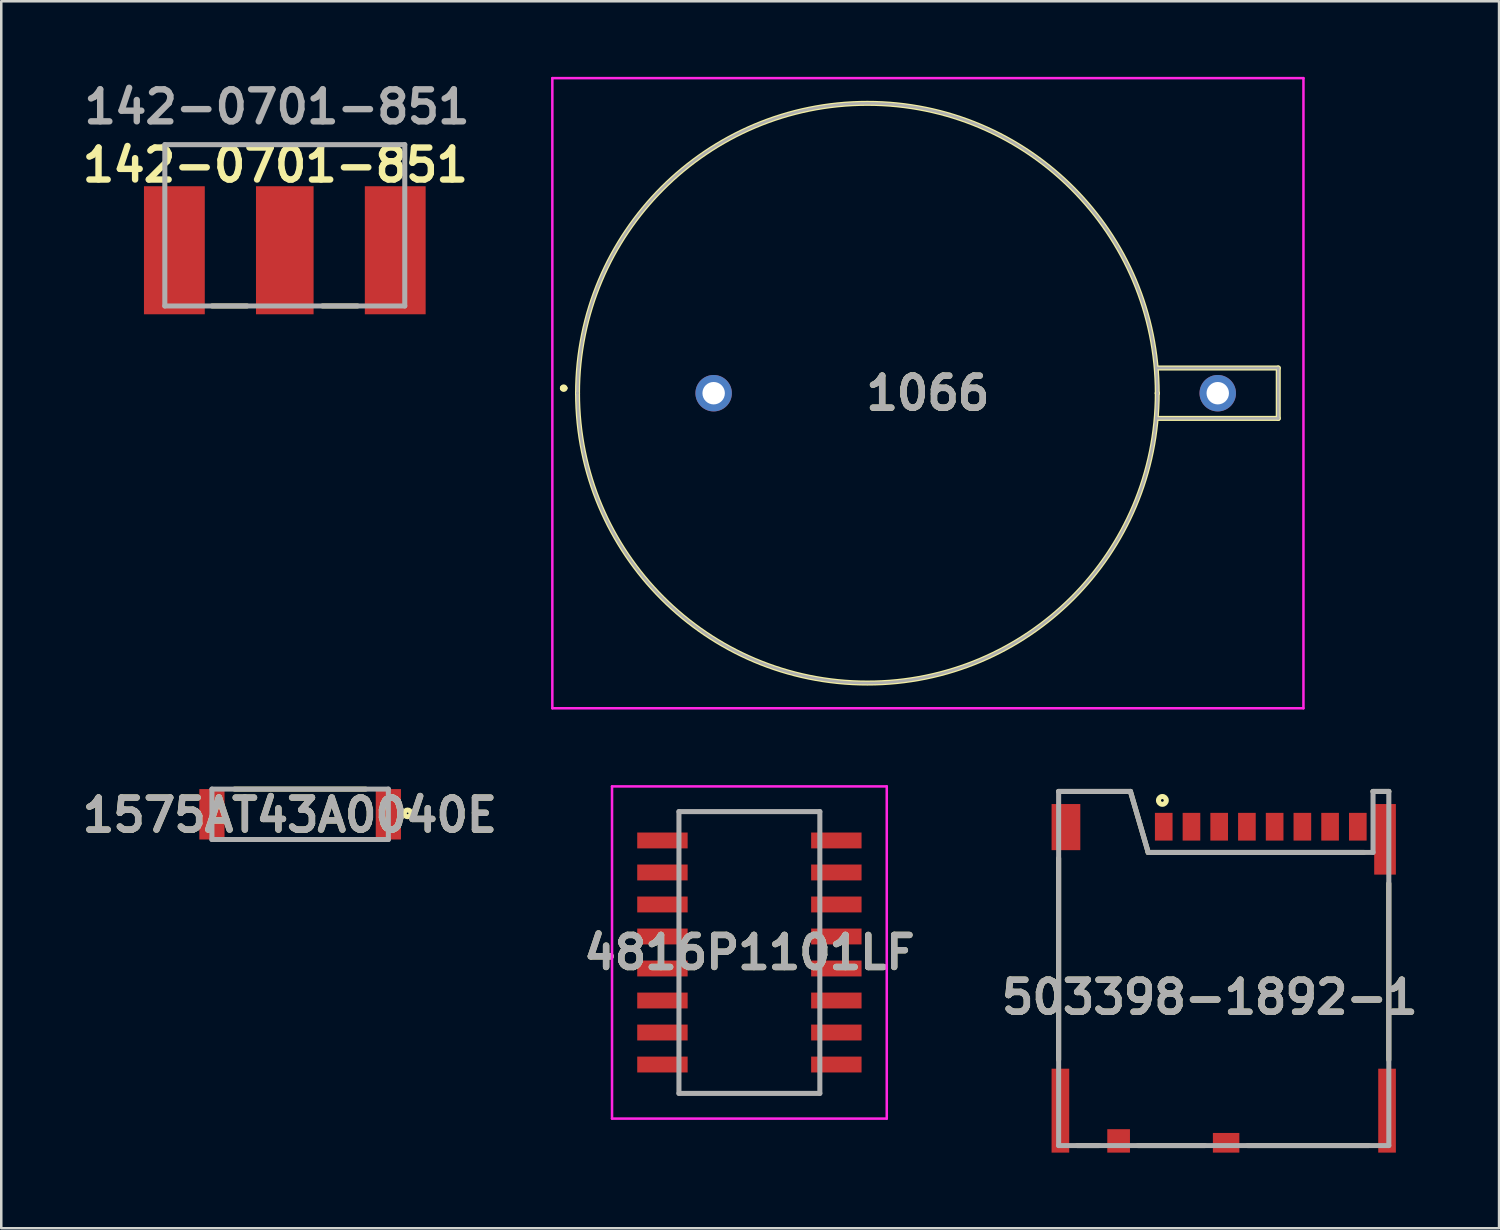
<source format=kicad_pcb>
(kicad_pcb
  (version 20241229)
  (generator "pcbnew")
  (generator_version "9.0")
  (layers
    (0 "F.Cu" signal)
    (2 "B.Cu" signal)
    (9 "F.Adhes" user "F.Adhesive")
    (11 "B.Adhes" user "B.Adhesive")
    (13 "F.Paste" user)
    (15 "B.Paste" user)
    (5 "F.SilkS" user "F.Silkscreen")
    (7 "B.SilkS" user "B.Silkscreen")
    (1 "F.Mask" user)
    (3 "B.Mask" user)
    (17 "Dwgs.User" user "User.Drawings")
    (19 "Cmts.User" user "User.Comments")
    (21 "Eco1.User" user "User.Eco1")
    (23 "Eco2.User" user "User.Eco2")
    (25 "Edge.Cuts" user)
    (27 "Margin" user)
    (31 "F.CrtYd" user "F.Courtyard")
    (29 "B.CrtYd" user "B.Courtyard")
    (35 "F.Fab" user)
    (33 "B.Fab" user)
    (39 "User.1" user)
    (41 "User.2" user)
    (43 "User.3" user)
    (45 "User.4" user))
  (footprint "1066"
    (layer "F.Cu")
    (at 25.264 12.55)
    (property "Reference" "1066" (at 8.5 0 0) (layer "F.SilkS") (effects (font (size 1.27 1.27) (thickness 0.254))))
    (attr through_hole)
    (fp_line (start -6 -0.2) (end -6 -0.2) (stroke (width 0.2) (type solid)) (layer "F.SilkS"))
    (fp_line (start -5.9 -0.2) (end -5.9 -0.2) (stroke (width 0.2) (type solid)) (layer "F.SilkS"))
    (fp_line (start -5.4 0) (end -5.4 0) (stroke (width 0.2) (type solid)) (layer "F.SilkS"))
    (fp_line (start 17.6 -1) (end 22.4 -1) (stroke (width 0.2) (type solid)) (layer "F.SilkS"))
    (fp_line (start 17.6 0) (end 17.6 0) (stroke (width 0.2) (type solid)) (layer "F.SilkS"))
    (fp_line (start 22.4 -1) (end 22.4 1) (stroke (width 0.2) (type solid)) (layer "F.SilkS"))
    (fp_line (start 22.4 1) (end 17.6 1) (stroke (width 0.2) (type solid)) (layer "F.SilkS"))
    (fp_arc (start -6 -0.2) (mid -5.95 -0.25) (end -5.9 -0.2) (stroke (width 0.2) (type solid)) (layer "F.SilkS"))
    (fp_arc (start -5.9 -0.2) (mid -5.95 -0.15) (end -6 -0.2) (stroke (width 0.2) (type solid)) (layer "F.SilkS"))
    (fp_arc (start -5.4 0) (mid 6.1 -11.5) (end 17.6 0) (stroke (width 0.2) (type solid)) (layer "F.SilkS"))
    (fp_arc (start 17.6 0) (mid 6.1 11.5) (end -5.4 0) (stroke (width 0.2) (type solid)) (layer "F.SilkS"))
    (fp_line (start -6.4 -12.5) (end 23.4 -12.5) (stroke (width 0.1) (type solid)) (layer "F.CrtYd"))
    (fp_line (start -6.4 12.5) (end -6.4 -12.5) (stroke (width 0.1) (type solid)) (layer "F.CrtYd"))
    (fp_line (start 23.4 -12.5) (end 23.4 12.5) (stroke (width 0.1) (type solid)) (layer "F.CrtYd"))
    (fp_line (start 23.4 12.5) (end -6.4 12.5) (stroke (width 0.1) (type solid)) (layer "F.CrtYd"))
    (fp_line (start -5.4 0) (end -5.4 0) (stroke (width 0.1) (type solid)) (layer "F.Fab"))
    (fp_line (start 17.6 -1) (end 22.4 -1) (stroke (width 0.1) (type solid)) (layer "F.Fab"))
    (fp_line (start 17.6 0) (end 17.6 0) (stroke (width 0.1) (type solid)) (layer "F.Fab"))
    (fp_line (start 22.4 -1) (end 22.4 1) (stroke (width 0.1) (type solid)) (layer "F.Fab"))
    (fp_line (start 22.4 1) (end 17.6 1) (stroke (width 0.1) (type solid)) (layer "F.Fab"))
    (fp_arc (start -5.4 0) (mid 6.1 -11.5) (end 17.6 0) (stroke (width 0.1) (type solid)) (layer "F.Fab"))
    (fp_arc (start 17.6 0) (mid 6.1 11.5) (end -5.4 0) (stroke (width 0.1) (type solid)) (layer "F.Fab"))
    (fp_text user "${REFERENCE}" (at 8.5 0 0) (layer "F.Fab") (effects (font (size 1.27 1.27) (thickness 0.254))))
    (pad "1" thru_hole circle (at 0 0) (size 1.446 1.446) (drill 0.89) (layers "*.Cu" "*.Mask"))
    (pad "2" thru_hole circle (at 20 0) (size 1.446 1.446) (drill 0.89) (layers "*.Cu" "*.Mask")))
  (footprint "1575AT43A0040E"
    (layer "F.Cu")
    (at 8.858 29.257)
    (property "Reference" "1575AT43A0040E" (at -0.409 0.032 0) (layer "F.SilkS") (effects (font (size 1.27 1.27) (thickness 0.254))))
    (attr smd)
    (fp_line (start -2.6 -1) (end 2.6 -1) (stroke (width 0.2) (type solid)) (layer "F.SilkS"))
    (fp_line (start -2.6 1) (end 2.6 1) (stroke (width 0.2) (type solid)) (layer "F.SilkS"))
    (fp_circle (center 4.263 -0.037) (end 4.263 -0.004) (stroke (width 0.2) (type solid)) (fill no) (layer "F.SilkS"))
    (fp_line (start -3.5 -1) (end 3.5 -1) (stroke (width 0.2) (type solid)) (layer "F.Fab"))
    (fp_line (start -3.5 1) (end -3.5 -1) (stroke (width 0.2) (type solid)) (layer "F.Fab"))
    (fp_line (start 3.5 -1) (end 3.5 1) (stroke (width 0.2) (type solid)) (layer "F.Fab"))
    (fp_line (start 3.5 1) (end -3.5 1) (stroke (width 0.2) (type solid)) (layer "F.Fab"))
    (fp_text user "${REFERENCE}" (at -0.409 0.032 0) (layer "F.Fab") (effects (font (size 1.27 1.27) (thickness 0.254))))
    (pad "1" smd rect (at 3.5 0) (size 1 2) (layers "F.Cu" "F.Mask" "F.Paste"))
    (pad "2" smd rect (at -3.5 0) (size 1 2) (layers "F.Cu" "F.Mask" "F.Paste")))
  (footprint "142-0701-851"
    (layer "F.Cu")
    (at 10.44 2.689)
    (property "Reference" "142-0701-851" (at -2.566 0.809 0) (layer "F.SilkS") (effects (font (size 1.27 1.27) (thickness 0.254))))
    (attr smd)
    (fp_line (start -5.073 6.4) (end -3.69 6.4) (stroke (width 0.2) (type solid)) (layer "F.SilkS"))
    (fp_line (start -0.692 6.4) (end 0.692 6.4) (stroke (width 0.2) (type solid)) (layer "F.SilkS"))
    (fp_line (start -6.951 0) (end 2.569 0) (stroke (width 0.2) (type solid)) (layer "F.Fab"))
    (fp_line (start -6.951 6.4) (end -6.951 0) (stroke (width 0.2) (type solid)) (layer "F.Fab"))
    (fp_line (start 2.569 0) (end 2.569 6.4) (stroke (width 0.2) (type solid)) (layer "F.Fab"))
    (fp_line (start 2.569 6.4) (end -6.951 6.4) (stroke (width 0.2) (type solid)) (layer "F.Fab"))
    (fp_text user "${REFERENCE}" (at -2.5 -1.5 0) (layer "F.Fab") (effects (font (size 1.27 1.27) (thickness 0.254))))
    (pad "1" smd rect (at -6.572 4.19) (size 2.413 5.08) (layers "F.Cu" "F.Mask" "F.Paste"))
    (pad "2" smd rect (at -2.191 4.19) (size 2.286 5.08) (layers "F.Cu" "F.Mask" "F.Paste"))
    (pad "3" smd rect (at 2.191 4.19) (size 2.413 5.08) (layers "F.Cu" "F.Mask" "F.Paste")))
  (footprint "503398-1892-1"
    (layer "F.Cu")
    (at 38.951 28.35)
    (property "Reference" "503398-1892-1" (at 5.996 8.167 0) (layer "F.SilkS") (effects (font (size 1.27 1.27) (thickness 0.254))))
    (attr smd)
    (fp_line (start 0 0) (end 2.849 0) (stroke (width 0.2) (type solid)) (layer "F.SilkS"))
    (fp_line (start 0 2.65) (end 0 10.648) (stroke (width 0.2) (type solid)) (layer "F.SilkS"))
    (fp_line (start 0.74 14.05) (end 1.6 14.05) (stroke (width 0.2) (type solid)) (layer "F.SilkS"))
    (fp_line (start 2.849 0) (end 3.554 2.42) (stroke (width 0.2) (type solid)) (layer "F.SilkS"))
    (fp_line (start 3.15 14.05) (end 5.8 14.05) (stroke (width 0.2) (type solid)) (layer "F.SilkS"))
    (fp_line (start 3.554 2.42) (end 12.109 2.42) (stroke (width 0.2) (type solid)) (layer "F.SilkS"))
    (fp_line (start 7.5 14.05) (end 12.3 14.05) (stroke (width 0.2) (type solid)) (layer "F.SilkS"))
    (fp_line (start 13.1 0) (end 12.474 0) (stroke (width 0.2) (type solid)) (layer "F.SilkS"))
    (fp_line (start 13.1 3.65) (end 13.1 10.65) (stroke (width 0.2) (type solid)) (layer "F.SilkS"))
    (fp_circle (center 4.116 0.356) (end 4.116 0.411) (stroke (width 0.2) (type solid)) (fill no) (layer "F.SilkS"))
    (fp_line (start 0 0) (end 0 14.05) (stroke (width 0.2) (type solid)) (layer "F.Fab"))
    (fp_line (start 0 0) (end 2.849 0) (stroke (width 0.2) (type solid)) (layer "F.Fab"))
    (fp_line (start 0 14.05) (end 13.1 14.05) (stroke (width 0.2) (type solid)) (layer "F.Fab"))
    (fp_line (start 2.849 0) (end 3.554 2.42) (stroke (width 0.2) (type solid)) (layer "F.Fab"))
    (fp_line (start 12.474 0) (end 12.474 2.42) (stroke (width 0.2) (type solid)) (layer "F.Fab"))
    (fp_line (start 12.474 2.42) (end 3.554 2.42) (stroke (width 0.2) (type solid)) (layer "F.Fab"))
    (fp_line (start 13.1 0) (end 12.474 0) (stroke (width 0.2) (type solid)) (layer "F.Fab"))
    (fp_line (start 13.1 14.05) (end 13.1 0) (stroke (width 0.2) (type solid)) (layer "F.Fab"))
    (fp_text user "${REFERENCE}" (at 5.996 8.167 0) (layer "F.Fab") (effects (font (size 1.27 1.27) (thickness 0.254))))
    (pad "1" smd rect (at 4.17 1.4) (size 0.7 1.1) (layers "F.Cu" "F.Mask" "F.Paste"))
    (pad "2" smd rect (at 5.27 1.4) (size 0.7 1.1) (layers "F.Cu" "F.Mask" "F.Paste"))
    (pad "3" smd rect (at 6.37 1.4) (size 0.7 1.1) (layers "F.Cu" "F.Mask" "F.Paste"))
    (pad "4" smd rect (at 7.47 1.4) (size 0.7 1.1) (layers "F.Cu" "F.Mask" "F.Paste"))
    (pad "5" smd rect (at 8.57 1.4) (size 0.7 1.1) (layers "F.Cu" "F.Mask" "F.Paste"))
    (pad "6" smd rect (at 9.67 1.4) (size 0.7 1.1) (layers "F.Cu" "F.Mask" "F.Paste"))
    (pad "7" smd rect (at 10.77 1.4) (size 0.7 1.1) (layers "F.Cu" "F.Mask" "F.Paste"))
    (pad "8" smd rect (at 11.87 1.4) (size 0.7 1.1) (layers "F.Cu" "F.Mask" "F.Paste"))
    (pad "9" smd rect (at 2.38 13.865) (size 0.9 0.93) (layers "F.Cu" "F.Mask" "F.Paste"))
    (pad "10" smd rect (at 6.645 13.94 90) (size 0.78 1.05) (layers "F.Cu" "F.Mask" "F.Paste"))
    (pad "11" smd rect (at 13.03 12.665) (size 0.7 3.33) (layers "F.Cu" "F.Mask" "F.Paste"))
    (pad "12" smd rect (at 12.95 1.9) (size 0.86 2.8) (layers "F.Cu" "F.Mask" "F.Paste"))
    (pad "13" smd rect (at 0.29 1.415) (size 1.14 1.83) (layers "F.Cu" "F.Mask" "F.Paste"))
    (pad "14" smd rect (at 0.07 12.665) (size 0.7 3.33) (layers "F.Cu" "F.Mask" "F.Paste")))
  (footprint "4816P1101LF"
    (layer "F.Cu")
    (at 26.682 34.74)
    (property "Reference" "4816P1101LF" (at 0 0 0) (layer "F.SilkS") (effects (font (size 1.27 1.27) (thickness 0.254))))
    (attr smd)
    (fp_line (start -2.795 5.59) (end 2.5 5.59) (stroke (width 0.1) (type solid)) (layer "F.SilkS"))
    (fp_line (start -2.5 -5.59) (end 2.5 -5.59) (stroke (width 0.1) (type solid)) (layer "F.SilkS"))
    (fp_line (start -5.45 -6.59) (end 5.45 -6.59) (stroke (width 0.1) (type solid)) (layer "F.CrtYd"))
    (fp_line (start -5.45 6.59) (end -5.45 -6.59) (stroke (width 0.1) (type solid)) (layer "F.CrtYd"))
    (fp_line (start 5.45 -6.59) (end 5.45 6.59) (stroke (width 0.1) (type solid)) (layer "F.CrtYd"))
    (fp_line (start 5.45 6.59) (end -5.45 6.59) (stroke (width 0.1) (type solid)) (layer "F.CrtYd"))
    (fp_line (start -2.795 -5.59) (end 2.795 -5.59) (stroke (width 0.2) (type solid)) (layer "F.Fab"))
    (fp_line (start -2.795 5.59) (end -2.795 -5.59) (stroke (width 0.2) (type solid)) (layer "F.Fab"))
    (fp_line (start 2.795 -5.59) (end 2.795 5.59) (stroke (width 0.2) (type solid)) (layer "F.Fab"))
    (fp_line (start 2.795 5.59) (end -2.795 5.59) (stroke (width 0.2) (type solid)) (layer "F.Fab"))
    (fp_text user "${REFERENCE}" (at 0 0 0) (layer "F.Fab") (effects (font (size 1.27 1.27) (thickness 0.254))))
    (pad "1" smd rect (at -3.45 -4.445 90) (size 0.63 2) (layers "F.Cu" "F.Mask" "F.Paste"))
    (pad "2" smd rect (at -3.45 -3.175 90) (size 0.63 2) (layers "F.Cu" "F.Mask" "F.Paste"))
    (pad "3" smd rect (at -3.45 -1.905 90) (size 0.63 2) (layers "F.Cu" "F.Mask" "F.Paste"))
    (pad "4" smd rect (at -3.45 -0.635 90) (size 0.63 2) (layers "F.Cu" "F.Mask" "F.Paste"))
    (pad "5" smd rect (at -3.45 0.635 90) (size 0.63 2) (layers "F.Cu" "F.Mask" "F.Paste"))
    (pad "6" smd rect (at -3.45 1.905 90) (size 0.63 2) (layers "F.Cu" "F.Mask" "F.Paste"))
    (pad "7" smd rect (at -3.45 3.175 90) (size 0.63 2) (layers "F.Cu" "F.Mask" "F.Paste"))
    (pad "8" smd rect (at -3.45 4.445 90) (size 0.63 2) (layers "F.Cu" "F.Mask" "F.Paste"))
    (pad "9" smd rect (at 3.45 4.445 90) (size 0.63 2) (layers "F.Cu" "F.Mask" "F.Paste"))
    (pad "10" smd rect (at 3.45 3.175 90) (size 0.63 2) (layers "F.Cu" "F.Mask" "F.Paste"))
    (pad "11" smd rect (at 3.45 1.905 90) (size 0.63 2) (layers "F.Cu" "F.Mask" "F.Paste"))
    (pad "12" smd rect (at 3.45 0.635 90) (size 0.63 2) (layers "F.Cu" "F.Mask" "F.Paste"))
    (pad "13" smd rect (at 3.45 -0.635 90) (size 0.63 2) (layers "F.Cu" "F.Mask" "F.Paste"))
    (pad "14" smd rect (at 3.45 -1.905 90) (size 0.63 2) (layers "F.Cu" "F.Mask" "F.Paste"))
    (pad "15" smd rect (at 3.45 -3.175 90) (size 0.63 2) (layers "F.Cu" "F.Mask" "F.Paste"))
    (pad "16" smd rect (at 3.45 -4.445 90) (size 0.63 2) (layers "F.Cu" "F.Mask" "F.Paste")))
  (gr_rect
    (start -3 -3)
    (end 56.425 45.68)
    (stroke (width 0.1) (type default))
    (fill no)
    (layer "Edge.Cuts")))
</source>
